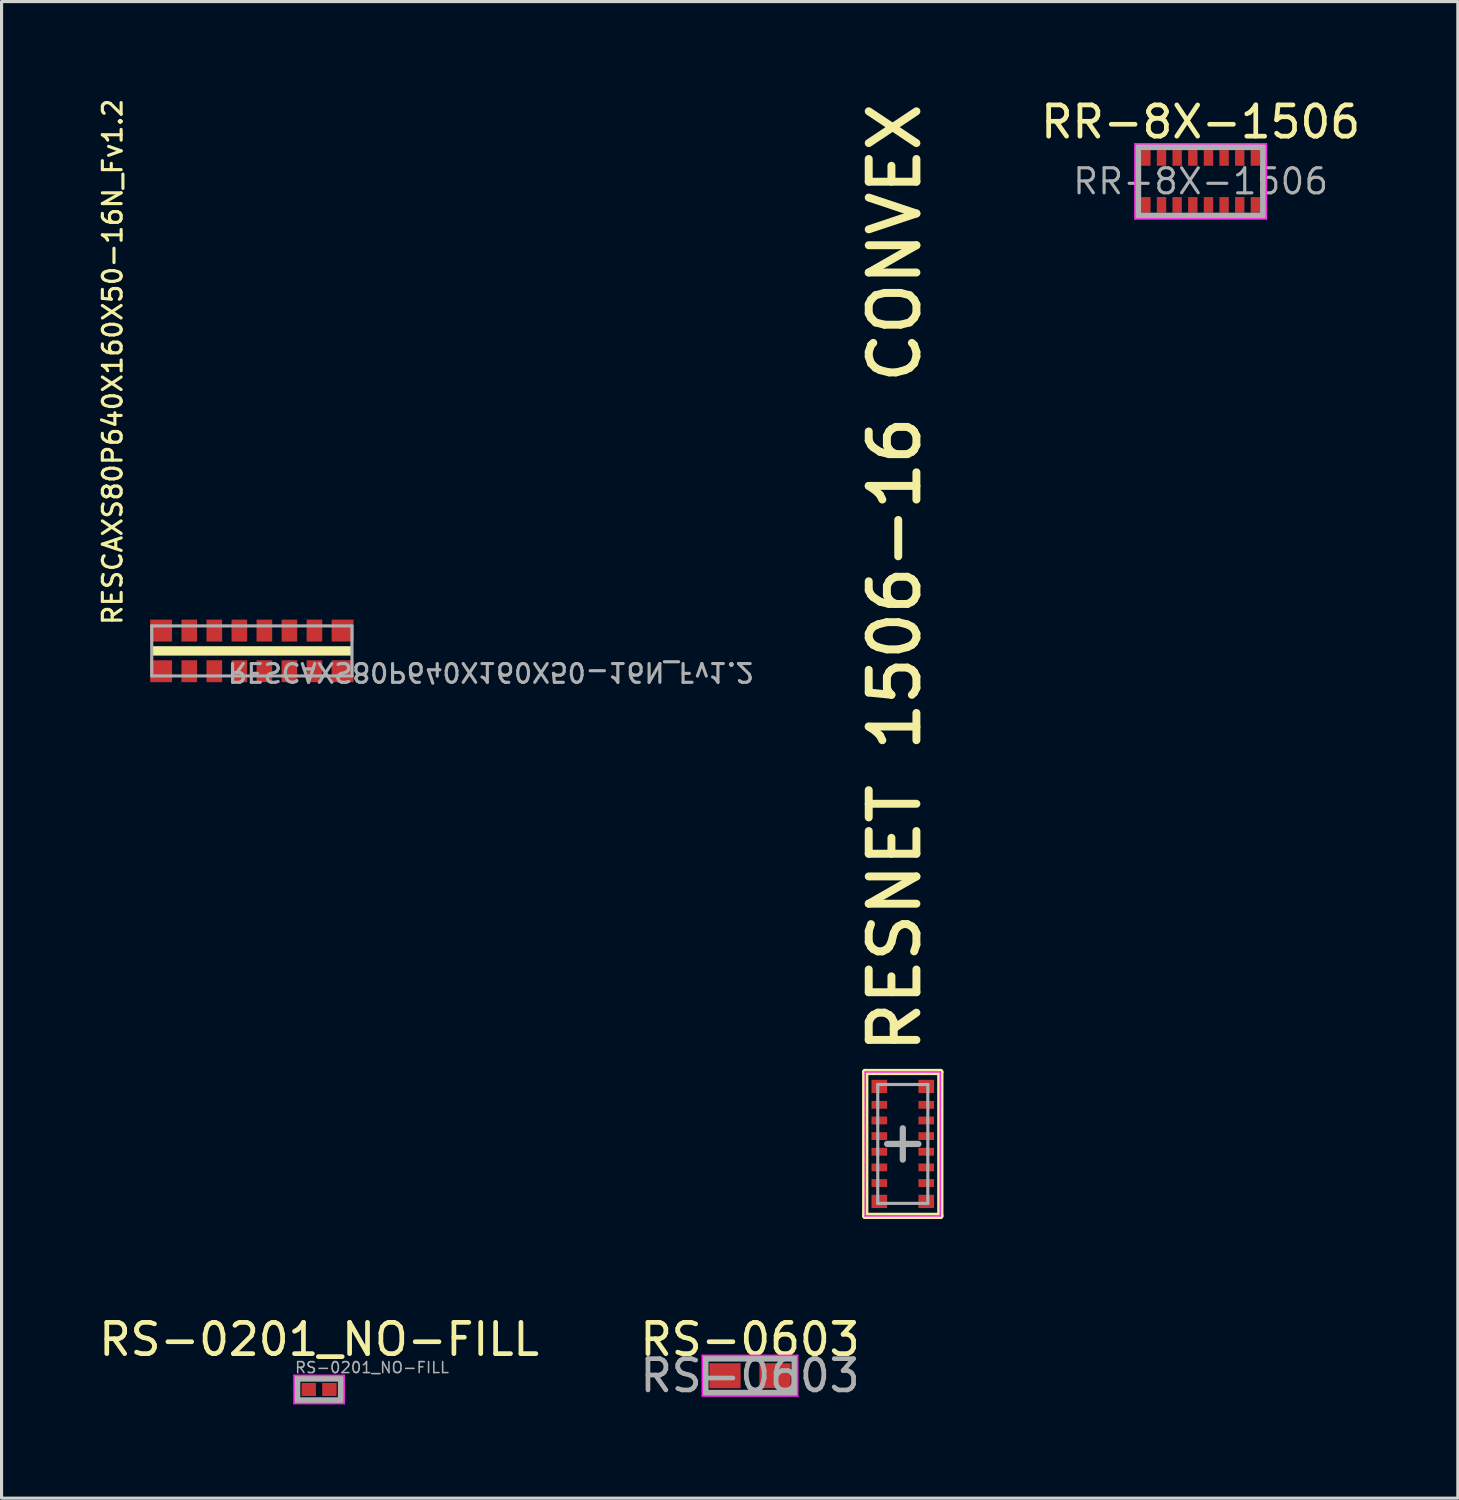
<source format=kicad_pcb>
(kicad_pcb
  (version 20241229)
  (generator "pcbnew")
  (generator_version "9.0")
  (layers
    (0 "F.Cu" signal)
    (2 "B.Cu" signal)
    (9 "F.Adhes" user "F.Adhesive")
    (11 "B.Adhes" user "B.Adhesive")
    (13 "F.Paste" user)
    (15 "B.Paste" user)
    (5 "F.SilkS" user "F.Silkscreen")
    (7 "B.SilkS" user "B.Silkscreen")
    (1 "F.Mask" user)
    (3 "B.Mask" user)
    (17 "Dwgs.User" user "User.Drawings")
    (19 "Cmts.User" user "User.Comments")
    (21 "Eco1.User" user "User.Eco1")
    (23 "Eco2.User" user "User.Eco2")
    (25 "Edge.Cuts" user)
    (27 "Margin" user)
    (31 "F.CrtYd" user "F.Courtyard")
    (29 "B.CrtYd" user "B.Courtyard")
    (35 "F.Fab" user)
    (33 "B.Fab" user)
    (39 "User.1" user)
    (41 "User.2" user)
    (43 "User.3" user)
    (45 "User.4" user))
  (footprint "RESCAXS80P640X160X50-16N_Fv1.2"
    (layer "F.Cu")
    (at 5 17.755)
    (property "Reference" "RESCAXS80P640X160X50-16N_Fv1.2" (at -4.1 -0.775 90) (unlocked yes) (layer "F.SilkS") (effects (font (size 0.6 0.6) (thickness 0.1)) (justify left bottom)))
    (fp_rect (start -3.2 -0.15) (end 3.2 0.15) (stroke (width 0) (type default)) (fill yes) (layer "F.SilkS"))
    (fp_line (start -3.2 -0.8) (end 3.2 -0.8) (stroke (width 0.1) (type solid)) (layer "F.Fab"))
    (fp_line (start -3.2 0.8) (end -3.2 -0.8) (stroke (width 0.1) (type solid)) (layer "F.Fab"))
    (fp_line (start -3.2 0.8) (end 3.2 0.8) (stroke (width 0.1) (type solid)) (layer "F.Fab"))
    (fp_line (start 3.2 0.8) (end 3.2 -0.8) (stroke (width 0.1) (type solid)) (layer "F.Fab"))
    (fp_text user "${REFERENCE}" (at -0.825 0.325 180) (unlocked yes) (layer "F.Fab") (effects (font (size 0.6 0.6) (thickness 0.1)) (justify left bottom mirror)))
    (pad "1" smd rect (at -2.9 0.65 180) (size 0.7 0.7) (layers "F.Cu" "F.Mask" "F.Paste"))
    (pad "2" smd rect (at -2 0.65 180) (size 0.5 0.7) (layers "F.Cu" "F.Mask" "F.Paste"))
    (pad "3" smd rect (at -1.2 0.65 180) (size 0.5 0.7) (layers "F.Cu" "F.Mask" "F.Paste"))
    (pad "4" smd rect (at -0.4 0.65 180) (size 0.5 0.7) (layers "F.Cu" "F.Mask" "F.Paste"))
    (pad "5" smd rect (at 0.4 0.65 180) (size 0.5 0.7) (layers "F.Cu" "F.Mask" "F.Paste"))
    (pad "6" smd rect (at 1.2 0.65 180) (size 0.5 0.7) (layers "F.Cu" "F.Mask" "F.Paste"))
    (pad "7" smd rect (at 2 0.65 180) (size 0.5 0.7) (layers "F.Cu" "F.Mask" "F.Paste"))
    (pad "8" smd rect (at 2.9 0.65 180) (size 0.7 0.7) (layers "F.Cu" "F.Mask" "F.Paste"))
    (pad "9" smd rect (at 2.9 -0.65 180) (size 0.7 0.7) (layers "F.Cu" "F.Mask" "F.Paste"))
    (pad "10" smd rect (at 2 -0.65 180) (size 0.5 0.7) (layers "F.Cu" "F.Mask" "F.Paste"))
    (pad "11" smd rect (at 1.2 -0.65 180) (size 0.5 0.7) (layers "F.Cu" "F.Mask" "F.Paste"))
    (pad "12" smd rect (at 0.4 -0.65 180) (size 0.5 0.7) (layers "F.Cu" "F.Mask" "F.Paste"))
    (pad "13" smd rect (at -0.4 -0.65 180) (size 0.5 0.7) (layers "F.Cu" "F.Mask" "F.Paste"))
    (pad "14" smd rect (at -1.2 -0.65 180) (size 0.5 0.7) (layers "F.Cu" "F.Mask" "F.Paste"))
    (pad "15" smd rect (at -2 -0.65 180) (size 0.5 0.7) (layers "F.Cu" "F.Mask" "F.Paste"))
    (pad "16" smd rect (at -2.9 -0.65 180) (size 0.7 0.7) (layers "F.Cu" "F.Mask" "F.Paste")))
  (footprint "RR-8X-1506"
    (layer "F.Cu")
    (at 35.326 2.748)
    (property "Reference" "RR-8X-1506" (at 0 -1.9 0) (layer "F.SilkS") (effects (font (size 1 1) (thickness 0.15))))
    (attr smd)
    (fp_line (start -2.1 -1.2) (end 2.1 -1.2) (stroke (width 0.05) (type solid)) (layer "F.CrtYd"))
    (fp_line (start -2.1 1.2) (end -2.1 -1.2) (stroke (width 0.05) (type solid)) (layer "F.CrtYd"))
    (fp_line (start 2.1 -1.2) (end 2.1 1.2) (stroke (width 0.05) (type solid)) (layer "F.CrtYd"))
    (fp_line (start 2.1 1.2) (end -2.1 1.2) (stroke (width 0.05) (type solid)) (layer "F.CrtYd"))
    (fp_line (start -2 -1.1) (end 2 -1.1) (stroke (width 0.2) (type solid)) (layer "F.Fab"))
    (fp_line (start -2 1.1) (end -2 -1.1) (stroke (width 0.2) (type solid)) (layer "F.Fab"))
    (fp_line (start 2 -1.1) (end 2 1.1) (stroke (width 0.2) (type solid)) (layer "F.Fab"))
    (fp_line (start 2 1.1) (end -2 1.1) (stroke (width 0.2) (type solid)) (layer "F.Fab"))
    (fp_text user "${REFERENCE}" (at 0 0 0) (layer "F.Fab") (effects (font (size 0.8 0.8) (thickness 0.1))))
    (pad "1" smd rect (at -1.75 0.75) (size 0.3 0.5) (layers "F.Cu" "F.Mask" "F.Paste"))
    (pad "2" smd rect (at -1.25 0.75) (size 0.3 0.5) (layers "F.Cu" "F.Mask" "F.Paste"))
    (pad "3" smd rect (at -0.75 0.75) (size 0.3 0.5) (layers "F.Cu" "F.Mask" "F.Paste"))
    (pad "4" smd rect (at -0.25 0.75) (size 0.3 0.5) (layers "F.Cu" "F.Mask" "F.Paste"))
    (pad "5" smd rect (at 0.25 0.75) (size 0.3 0.5) (layers "F.Cu" "F.Mask" "F.Paste"))
    (pad "6" smd rect (at 0.75 0.75) (size 0.3 0.5) (layers "F.Cu" "F.Mask" "F.Paste"))
    (pad "7" smd rect (at 1.25 0.75) (size 0.3 0.5) (layers "F.Cu" "F.Mask" "F.Paste"))
    (pad "8" smd rect (at 1.75 0.75) (size 0.3 0.5) (layers "F.Cu" "F.Mask" "F.Paste"))
    (pad "9" smd rect (at 1.75 -0.75) (size 0.3 0.5) (layers "F.Cu" "F.Mask" "F.Paste"))
    (pad "10" smd rect (at 1.25 -0.75) (size 0.3 0.5) (layers "F.Cu" "F.Mask" "F.Paste"))
    (pad "11" smd rect (at 0.75 -0.75) (size 0.3 0.5) (layers "F.Cu" "F.Mask" "F.Paste"))
    (pad "12" smd rect (at 0.25 -0.75) (size 0.3 0.5) (layers "F.Cu" "F.Mask" "F.Paste"))
    (pad "13" smd rect (at -0.25 -0.75) (size 0.3 0.5) (layers "F.Cu" "F.Mask" "F.Paste"))
    (pad "14" smd rect (at -0.75 -0.75) (size 0.3 0.5) (layers "F.Cu" "F.Mask" "F.Paste"))
    (pad "15" smd rect (at -1.25 -0.75) (size 0.3 0.5) (layers "F.Cu" "F.Mask" "F.Paste"))
    (pad "16" smd rect (at -1.75 -0.75) (size 0.3 0.5) (layers "F.Cu" "F.Mask" "F.Paste")))
  (footprint "RS-0603"
    (layer "F.Cu")
    (at 20.923 40.922)
    (property "Reference" "RS-0603" (at 0 -1.16 0) (layer "F.SilkS") (effects (font (size 1 1) (thickness 0.15))))
    (attr smd)
    (fp_line (start -1.525 -0.65) (end 1.525 -0.65) (stroke (width 0.05) (type solid)) (layer "F.CrtYd"))
    (fp_line (start -1.525 0.65) (end -1.525 -0.65) (stroke (width 0.05) (type solid)) (layer "F.CrtYd"))
    (fp_line (start 1.525 -0.65) (end 1.525 0.65) (stroke (width 0.05) (type solid)) (layer "F.CrtYd"))
    (fp_line (start 1.525 0.65) (end -1.525 0.65) (stroke (width 0.05) (type solid)) (layer "F.CrtYd"))
    (fp_line (start -1.425 -0.55) (end 1.425 -0.55) (stroke (width 0.2) (type solid)) (layer "F.Fab"))
    (fp_line (start -1.425 0.55) (end -1.425 -0.55) (stroke (width 0.2) (type solid)) (layer "F.Fab"))
    (fp_line (start 1.425 -0.55) (end 1.425 0.55) (stroke (width 0.2) (type solid)) (layer "F.Fab"))
    (fp_line (start 1.425 0.55) (end -1.425 0.55) (stroke (width 0.2) (type solid)) (layer "F.Fab"))
    (fp_text user "${REFERENCE}" (at 0 0 0) (layer "F.Fab") (effects (font (size 1 1) (thickness 0.15))))
    (pad "1" smd rect (at -0.8 0) (size 1 0.8) (layers "F.Cu" "F.Mask" "F.Paste"))
    (pad "2" smd rect (at 0.8 0) (size 1 0.8) (layers "F.Cu" "F.Mask" "F.Paste")))
  (footprint "RS-0201_NO-FILL"
    (layer "F.Cu")
    (at 7.149 41.362)
    (property "Reference" "RS-0201_NO-FILL" (at 0 -1.6 0) (layer "F.SilkS") (effects (font (size 1 1) (thickness 0.15))))
    (attr smd)
    (fp_line (start -0.8 -0.45) (end 0.8 -0.45) (stroke (width 0.05) (type solid)) (layer "F.CrtYd"))
    (fp_line (start -0.8 0.45) (end -0.8 -0.45) (stroke (width 0.05) (type solid)) (layer "F.CrtYd"))
    (fp_line (start 0.8 -0.45) (end 0.8 0.45) (stroke (width 0.05) (type solid)) (layer "F.CrtYd"))
    (fp_line (start 0.8 0.45) (end -0.8 0.45) (stroke (width 0.05) (type solid)) (layer "F.CrtYd"))
    (fp_line (start -0.7 -0.35) (end 0.7 -0.35) (stroke (width 0.2) (type solid)) (layer "F.Fab"))
    (fp_line (start -0.7 0.35) (end -0.7 -0.35) (stroke (width 0.2) (type solid)) (layer "F.Fab"))
    (fp_line (start 0.7 -0.35) (end 0.7 0.35) (stroke (width 0.2) (type solid)) (layer "F.Fab"))
    (fp_line (start 0.7 0.35) (end -0.7 0.35) (stroke (width 0.2) (type solid)) (layer "F.Fab"))
    (fp_text user "${REFERENCE}" (at -0.8 -0.7 0) (layer "F.Fab") (effects (font (size 0.35 0.35) (thickness 0.05)) (justify left)))
    (pad "1" smd rect (at -0.33 0) (size 0.46 0.42) (layers "F.Cu" "F.Mask" "F.Paste"))
    (pad "2" smd rect (at 0.33 0) (size 0.46 0.42) (layers "F.Cu" "F.Mask" "F.Paste"))
    (zone (net_name "") (layer "F.Cu") (hatch edge 0.5) (connect_pads) (min_thickness 0.25) (filled_areas_thickness no) (keepout (tracks allowed) (vias allowed) (pads allowed) (copperpour not_allowed) (footprints allowed)) (placement (enabled no)) (fill) (polygon (pts (xy 6.479 41.042) (xy 7.819 41.042) (xy 7.819 41.682) (xy 6.479 41.682)))))
  (footprint "RESNET 1506-16 CONVEX"
    (layer "F.Cu")
    (at 25.806 33.514)
    (property "Reference" "RESNET 1506-16 CONVEX" (at 0.635 -2.795 90) (unlocked yes) (layer "F.SilkS") (effects (font (size 1.524 1.524) (thickness 0.254)) (justify left bottom)))
    (fp_line (start -1.2 -2.3) (end -1.2 2.3) (stroke (width 0.2) (type solid)) (layer "F.SilkS"))
    (fp_line (start -1.2 -2.3) (end 1.2 -2.3) (stroke (width 0.2) (type solid)) (layer "F.SilkS"))
    (fp_line (start -1.2 2.3) (end 1.2 2.3) (stroke (width 0.2) (type solid)) (layer "F.SilkS"))
    (fp_line (start 1.2 -2.3) (end 1.2 2.3) (stroke (width 0.2) (type solid)) (layer "F.SilkS"))
    (fp_line (start -1.2 -2.3) (end -1.2 2.3) (stroke (width 0.05) (type solid)) (layer "F.CrtYd"))
    (fp_line (start -1.2 -2.3) (end 1.2 -2.3) (stroke (width 0.05) (type solid)) (layer "F.CrtYd"))
    (fp_line (start -1.2 2.3) (end 1.2 2.3) (stroke (width 0.05) (type solid)) (layer "F.CrtYd"))
    (fp_line (start 1.2 -2.3) (end 1.2 2.3) (stroke (width 0.05) (type solid)) (layer "F.CrtYd"))
    (fp_line (start -0.8 -1.9) (end -0.8 1.9) (stroke (width 0.1) (type solid)) (layer "F.Fab"))
    (fp_line (start -0.8 -1.9) (end 0.8 -1.9) (stroke (width 0.1) (type solid)) (layer "F.Fab"))
    (fp_line (start -0.8 1.9) (end 0.8 1.9) (stroke (width 0.1) (type solid)) (layer "F.Fab"))
    (fp_line (start -0.5 0) (end 0.5 0) (stroke (width 0.2) (type solid)) (layer "F.Fab"))
    (fp_line (start 0 -0.5) (end 0 0.5) (stroke (width 0.2) (type solid)) (layer "F.Fab"))
    (fp_line (start 0.8 -1.9) (end 0.8 1.9) (stroke (width 0.1) (type solid)) (layer "F.Fab"))
    (pad "1" smd rect (at -0.75 -1.837) (size 0.5 0.425) (layers "F.Cu" "F.Mask" "F.Paste"))
    (pad "2" smd rect (at -0.75 -1.25) (size 0.5 0.25) (layers "F.Cu" "F.Mask" "F.Paste"))
    (pad "3" smd rect (at -0.75 -0.75) (size 0.5 0.25) (layers "F.Cu" "F.Mask" "F.Paste"))
    (pad "4" smd rect (at -0.75 -0.25) (size 0.5 0.25) (layers "F.Cu" "F.Mask" "F.Paste"))
    (pad "5" smd rect (at -0.75 0.25) (size 0.5 0.25) (layers "F.Cu" "F.Mask" "F.Paste"))
    (pad "6" smd rect (at -0.75 0.75) (size 0.5 0.25) (layers "F.Cu" "F.Mask" "F.Paste"))
    (pad "7" smd rect (at -0.75 1.25) (size 0.5 0.25) (layers "F.Cu" "F.Mask" "F.Paste"))
    (pad "8" smd rect (at -0.75 1.837) (size 0.5 0.425) (layers "F.Cu" "F.Mask" "F.Paste"))
    (pad "9" smd rect (at 0.75 1.837) (size 0.5 0.425) (layers "F.Cu" "F.Mask" "F.Paste"))
    (pad "10" smd rect (at 0.75 1.25) (size 0.5 0.25) (layers "F.Cu" "F.Mask" "F.Paste"))
    (pad "11" smd rect (at 0.75 0.75) (size 0.5 0.25) (layers "F.Cu" "F.Mask" "F.Paste"))
    (pad "12" smd rect (at 0.75 0.25) (size 0.5 0.25) (layers "F.Cu" "F.Mask" "F.Paste"))
    (pad "13" smd rect (at 0.75 -0.25) (size 0.5 0.25) (layers "F.Cu" "F.Mask" "F.Paste"))
    (pad "14" smd rect (at 0.75 -0.75) (size 0.5 0.25) (layers "F.Cu" "F.Mask" "F.Paste"))
    (pad "15" smd rect (at 0.75 -1.25) (size 0.5 0.25) (layers "F.Cu" "F.Mask" "F.Paste"))
    (pad "16" smd rect (at 0.75 -1.837) (size 0.5 0.425) (layers "F.Cu" "F.Mask" "F.Paste")))
  (gr_rect
    (start -3 -3)
    (end 43.547 44.837)
    (stroke (width 0.1) (type default))
    (fill no)
    (layer "Edge.Cuts")))
</source>
